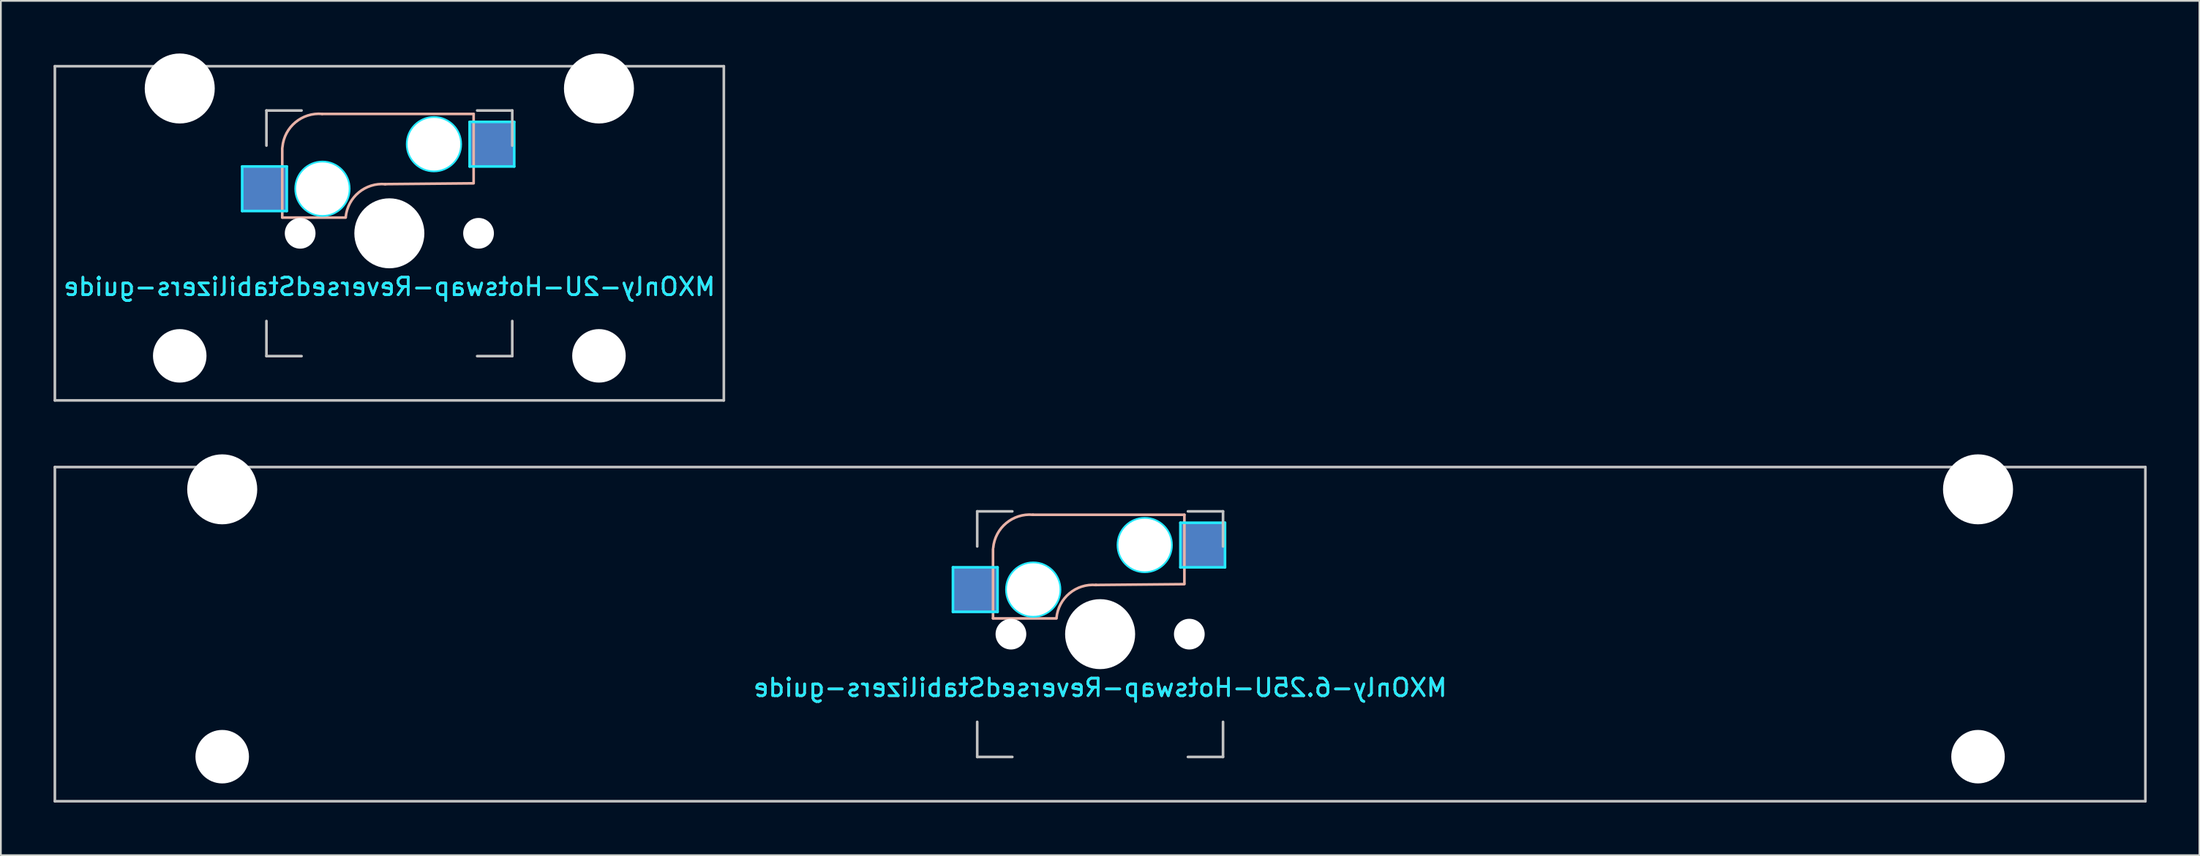
<source format=kicad_pcb>
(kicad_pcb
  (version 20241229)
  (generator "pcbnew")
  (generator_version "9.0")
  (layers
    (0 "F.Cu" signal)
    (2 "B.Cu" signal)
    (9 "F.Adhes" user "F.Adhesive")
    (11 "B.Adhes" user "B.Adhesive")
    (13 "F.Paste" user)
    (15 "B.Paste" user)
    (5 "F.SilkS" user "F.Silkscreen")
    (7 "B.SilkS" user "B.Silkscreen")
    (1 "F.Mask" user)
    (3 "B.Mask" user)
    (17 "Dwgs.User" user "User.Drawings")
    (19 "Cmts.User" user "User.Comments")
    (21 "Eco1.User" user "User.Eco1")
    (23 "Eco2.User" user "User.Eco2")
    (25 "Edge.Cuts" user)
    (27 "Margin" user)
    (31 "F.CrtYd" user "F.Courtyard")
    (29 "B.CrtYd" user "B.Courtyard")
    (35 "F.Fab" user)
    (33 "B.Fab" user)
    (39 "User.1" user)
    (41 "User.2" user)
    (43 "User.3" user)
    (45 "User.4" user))
  (footprint "MXOnly-2U-Hotswap-ReversedStabilizers-guide"
    (layer "F.Cu")
    (at 19.125 10.249)
    (property "Reference" "MXOnly-2U-Hotswap-ReversedStabilizers-guide" (at 0 3.048 0) (layer "B.CrtYd") (effects (font (size 1 1) (thickness 0.15)) (justify mirror)))
    (attr smd)
    (fp_line (start -6.1 -4.85) (end -6.1 -0.905) (stroke (width 0.15) (type solid)) (layer "B.SilkS"))
    (fp_line (start -6.1 -0.896) (end -2.49 -0.896) (stroke (width 0.15) (type solid)) (layer "B.SilkS"))
    (fp_line (start 4.8 -6.804) (end -3.825 -6.804) (stroke (width 0.15) (type solid)) (layer "B.SilkS"))
    (fp_line (start 4.8 -2.896) (end 4.8 -6.804) (stroke (width 0.15) (type solid)) (layer "B.SilkS"))
    (fp_line (start 4.8 -2.85) (end -0.25 -2.804) (stroke (width 0.15) (type solid)) (layer "B.SilkS"))
    (fp_arc (start -6.089 -4.92) (mid -5.347189 -6.33089) (end -3.825 -6.804) (stroke (width 0.15) (type solid)) (layer "B.SilkS"))
    (fp_arc (start -2.485 -0.92) (mid -1.744361 -2.328061) (end -0.225 -2.8) (stroke (width 0.15) (type solid)) (layer "B.SilkS"))
    (fp_line (start -19.05 -9.525) (end 19.05 -9.525) (stroke (width 0.15) (type solid)) (layer "Dwgs.User"))
    (fp_line (start -19.05 9.525) (end -19.05 -9.525) (stroke (width 0.15) (type solid)) (layer "Dwgs.User"))
    (fp_line (start -7 -7) (end -7 -5) (stroke (width 0.15) (type solid)) (layer "Dwgs.User"))
    (fp_line (start -7 5) (end -7 7) (stroke (width 0.15) (type solid)) (layer "Dwgs.User"))
    (fp_line (start -7 7) (end -5 7) (stroke (width 0.15) (type solid)) (layer "Dwgs.User"))
    (fp_line (start -5 -7) (end -7 -7) (stroke (width 0.15) (type solid)) (layer "Dwgs.User"))
    (fp_line (start 5 -7) (end 7 -7) (stroke (width 0.15) (type solid)) (layer "Dwgs.User"))
    (fp_line (start 5 7) (end 7 7) (stroke (width 0.15) (type solid)) (layer "Dwgs.User"))
    (fp_line (start 7 -7) (end 7 -5) (stroke (width 0.15) (type solid)) (layer "Dwgs.User"))
    (fp_line (start 7 7) (end 7 5) (stroke (width 0.15) (type solid)) (layer "Dwgs.User"))
    (fp_line (start 19.05 -9.525) (end 19.05 9.525) (stroke (width 0.15) (type solid)) (layer "Dwgs.User"))
    (fp_line (start 19.05 9.525) (end -19.05 9.525) (stroke (width 0.15) (type solid)) (layer "Dwgs.User"))
    (fp_line (start -8.382 -3.81) (end -5.842 -3.81) (stroke (width 0.15) (type solid)) (layer "B.CrtYd"))
    (fp_line (start -8.382 -1.27) (end -8.382 -3.81) (stroke (width 0.15) (type solid)) (layer "B.CrtYd"))
    (fp_line (start -5.842 -3.81) (end -5.842 -1.27) (stroke (width 0.15) (type solid)) (layer "B.CrtYd"))
    (fp_line (start -5.842 -1.27) (end -8.382 -1.27) (stroke (width 0.15) (type solid)) (layer "B.CrtYd"))
    (fp_line (start 4.572 -6.35) (end 7.112 -6.35) (stroke (width 0.15) (type solid)) (layer "B.CrtYd"))
    (fp_line (start 4.572 -3.81) (end 4.572 -6.35) (stroke (width 0.15) (type solid)) (layer "B.CrtYd"))
    (fp_line (start 7.112 -6.35) (end 7.112 -3.81) (stroke (width 0.15) (type solid)) (layer "B.CrtYd"))
    (fp_line (start 7.112 -3.81) (end 4.572 -3.81) (stroke (width 0.15) (type solid)) (layer "B.CrtYd"))
    (fp_circle (center -3.81 -2.54) (end -3.81 -4.064) (stroke (width 0.15) (type solid)) (fill no) (layer "B.CrtYd"))
    (fp_circle (center 2.54 -5.08) (end 2.54 -6.604) (stroke (width 0.15) (type solid)) (fill no) (layer "B.CrtYd"))
    (fp_text user "${REFERENCE}" (at 0 3.048 0) (layer "B.SilkS") (effects (font (size 1 1) (thickness 0.15)) (justify mirror)))
    (pad "" np_thru_hole circle (at -11.938 -8.255) (size 3.988 3.988) (drill 3.988) (layers "*.Cu" "*.Mask"))
    (pad "" np_thru_hole circle (at -11.938 6.985) (size 3.048 3.048) (drill 3.048) (layers "*.Cu" "*.Mask"))
    (pad "" np_thru_hole circle (at -5.08 0 48.1) (size 1.75 1.75) (drill 1.75) (layers "*.Cu" "*.Mask"))
    (pad "" np_thru_hole circle (at -3.81 -2.54) (size 3 3) (drill 3) (layers "*.Cu" "*.Mask"))
    (pad "" np_thru_hole circle (at 0 0) (size 3.988 3.988) (drill 3.988) (layers "*.Cu" "*.Mask"))
    (pad "" np_thru_hole circle (at 2.54 -5.08) (size 3 3) (drill 3) (layers "*.Cu" "*.Mask"))
    (pad "" np_thru_hole circle (at 5.08 0 48.1) (size 1.75 1.75) (drill 1.75) (layers "*.Cu" "*.Mask"))
    (pad "" np_thru_hole circle (at 11.938 -8.255) (size 3.988 3.988) (drill 3.988) (layers "*.Cu" "*.Mask"))
    (pad "" np_thru_hole circle (at 11.938 6.985) (size 3.048 3.048) (drill 3.048) (layers "*.Cu" "*.Mask"))
    (pad "1" smd rect (at -7.085 -2.54) (size 2.55 2.5) (layers "B.Cu" "B.Mask" "B.Paste"))
    (pad "2" smd rect (at 5.842 -5.08) (size 2.55 2.5) (layers "B.Cu" "B.Mask" "B.Paste")))
  (footprint "MXOnly-6.25U-Hotswap-ReversedStabilizers-guide"
    (layer "F.Cu")
    (at 59.606 33.098)
    (property "Reference" "MXOnly-6.25U-Hotswap-ReversedStabilizers-guide" (at 0 3.048 0) (layer "B.CrtYd") (effects (font (size 1 1) (thickness 0.15)) (justify mirror)))
    (attr smd)
    (fp_line (start -6.1 -4.85) (end -6.1 -0.905) (stroke (width 0.15) (type solid)) (layer "B.SilkS"))
    (fp_line (start -6.1 -0.896) (end -2.49 -0.896) (stroke (width 0.15) (type solid)) (layer "B.SilkS"))
    (fp_line (start 4.8 -6.804) (end -3.825 -6.804) (stroke (width 0.15) (type solid)) (layer "B.SilkS"))
    (fp_line (start 4.8 -2.896) (end 4.8 -6.804) (stroke (width 0.15) (type solid)) (layer "B.SilkS"))
    (fp_line (start 4.8 -2.85) (end -0.25 -2.804) (stroke (width 0.15) (type solid)) (layer "B.SilkS"))
    (fp_arc (start -6.089 -4.92) (mid -5.347189 -6.33089) (end -3.825 -6.804) (stroke (width 0.15) (type solid)) (layer "B.SilkS"))
    (fp_arc (start -2.485 -0.92) (mid -1.744361 -2.328061) (end -0.225 -2.8) (stroke (width 0.15) (type solid)) (layer "B.SilkS"))
    (fp_line (start -59.531 -9.525) (end 59.531 -9.525) (stroke (width 0.15) (type solid)) (layer "Dwgs.User"))
    (fp_line (start -59.531 9.525) (end -59.531 -9.525) (stroke (width 0.15) (type solid)) (layer "Dwgs.User"))
    (fp_line (start -7 -7) (end -7 -5) (stroke (width 0.15) (type solid)) (layer "Dwgs.User"))
    (fp_line (start -7 5) (end -7 7) (stroke (width 0.15) (type solid)) (layer "Dwgs.User"))
    (fp_line (start -7 7) (end -5 7) (stroke (width 0.15) (type solid)) (layer "Dwgs.User"))
    (fp_line (start -5 -7) (end -7 -7) (stroke (width 0.15) (type solid)) (layer "Dwgs.User"))
    (fp_line (start 5 -7) (end 7 -7) (stroke (width 0.15) (type solid)) (layer "Dwgs.User"))
    (fp_line (start 5 7) (end 7 7) (stroke (width 0.15) (type solid)) (layer "Dwgs.User"))
    (fp_line (start 7 -7) (end 7 -5) (stroke (width 0.15) (type solid)) (layer "Dwgs.User"))
    (fp_line (start 7 7) (end 7 5) (stroke (width 0.15) (type solid)) (layer "Dwgs.User"))
    (fp_line (start 59.531 -9.525) (end 59.531 9.525) (stroke (width 0.15) (type solid)) (layer "Dwgs.User"))
    (fp_line (start 59.531 9.525) (end -59.531 9.525) (stroke (width 0.15) (type solid)) (layer "Dwgs.User"))
    (fp_line (start -8.382 -3.81) (end -5.842 -3.81) (stroke (width 0.15) (type solid)) (layer "B.CrtYd"))
    (fp_line (start -8.382 -1.27) (end -8.382 -3.81) (stroke (width 0.15) (type solid)) (layer "B.CrtYd"))
    (fp_line (start -5.842 -3.81) (end -5.842 -1.27) (stroke (width 0.15) (type solid)) (layer "B.CrtYd"))
    (fp_line (start -5.842 -1.27) (end -8.382 -1.27) (stroke (width 0.15) (type solid)) (layer "B.CrtYd"))
    (fp_line (start 4.572 -6.35) (end 7.112 -6.35) (stroke (width 0.15) (type solid)) (layer "B.CrtYd"))
    (fp_line (start 4.572 -3.81) (end 4.572 -6.35) (stroke (width 0.15) (type solid)) (layer "B.CrtYd"))
    (fp_line (start 7.112 -6.35) (end 7.112 -3.81) (stroke (width 0.15) (type solid)) (layer "B.CrtYd"))
    (fp_line (start 7.112 -3.81) (end 4.572 -3.81) (stroke (width 0.15) (type solid)) (layer "B.CrtYd"))
    (fp_circle (center -3.81 -2.54) (end -3.81 -4.064) (stroke (width 0.15) (type solid)) (fill no) (layer "B.CrtYd"))
    (fp_circle (center 2.54 -5.08) (end 2.54 -6.604) (stroke (width 0.15) (type solid)) (fill no) (layer "B.CrtYd"))
    (fp_text user "${REFERENCE}" (at 0 3.048 0) (layer "B.SilkS") (effects (font (size 1 1) (thickness 0.15)) (justify mirror)))
    (pad "" np_thru_hole circle (at -50 -8.255) (size 3.988 3.988) (drill 3.988) (layers "*.Cu" "*.Mask"))
    (pad "" np_thru_hole circle (at -50 6.985) (size 3.048 3.048) (drill 3.048) (layers "*.Cu" "*.Mask"))
    (pad "" np_thru_hole circle (at -5.08 0 48.1) (size 1.75 1.75) (drill 1.75) (layers "*.Cu" "*.Mask"))
    (pad "" np_thru_hole circle (at -3.81 -2.54) (size 3 3) (drill 3) (layers "*.Cu" "*.Mask"))
    (pad "" np_thru_hole circle (at 0 0) (size 3.988 3.988) (drill 3.988) (layers "*.Cu" "*.Mask"))
    (pad "" np_thru_hole circle (at 2.54 -5.08) (size 3 3) (drill 3) (layers "*.Cu" "*.Mask"))
    (pad "" np_thru_hole circle (at 5.08 0 48.1) (size 1.75 1.75) (drill 1.75) (layers "*.Cu" "*.Mask"))
    (pad "" np_thru_hole circle (at 50 -8.255) (size 3.988 3.988) (drill 3.988) (layers "*.Cu" "*.Mask"))
    (pad "" np_thru_hole circle (at 50 6.985) (size 3.048 3.048) (drill 3.048) (layers "*.Cu" "*.Mask"))
    (pad "1" smd rect (at -7.085 -2.54) (size 2.55 2.5) (layers "B.Cu" "B.Mask" "B.Paste"))
    (pad "2" smd rect (at 5.842 -5.08) (size 2.55 2.5) (layers "B.Cu" "B.Mask" "B.Paste")))
  (gr_rect
    (start -3 -3)
    (end 122.213 45.698)
    (stroke (width 0.1) (type default))
    (fill no)
    (layer "Edge.Cuts")))
</source>
